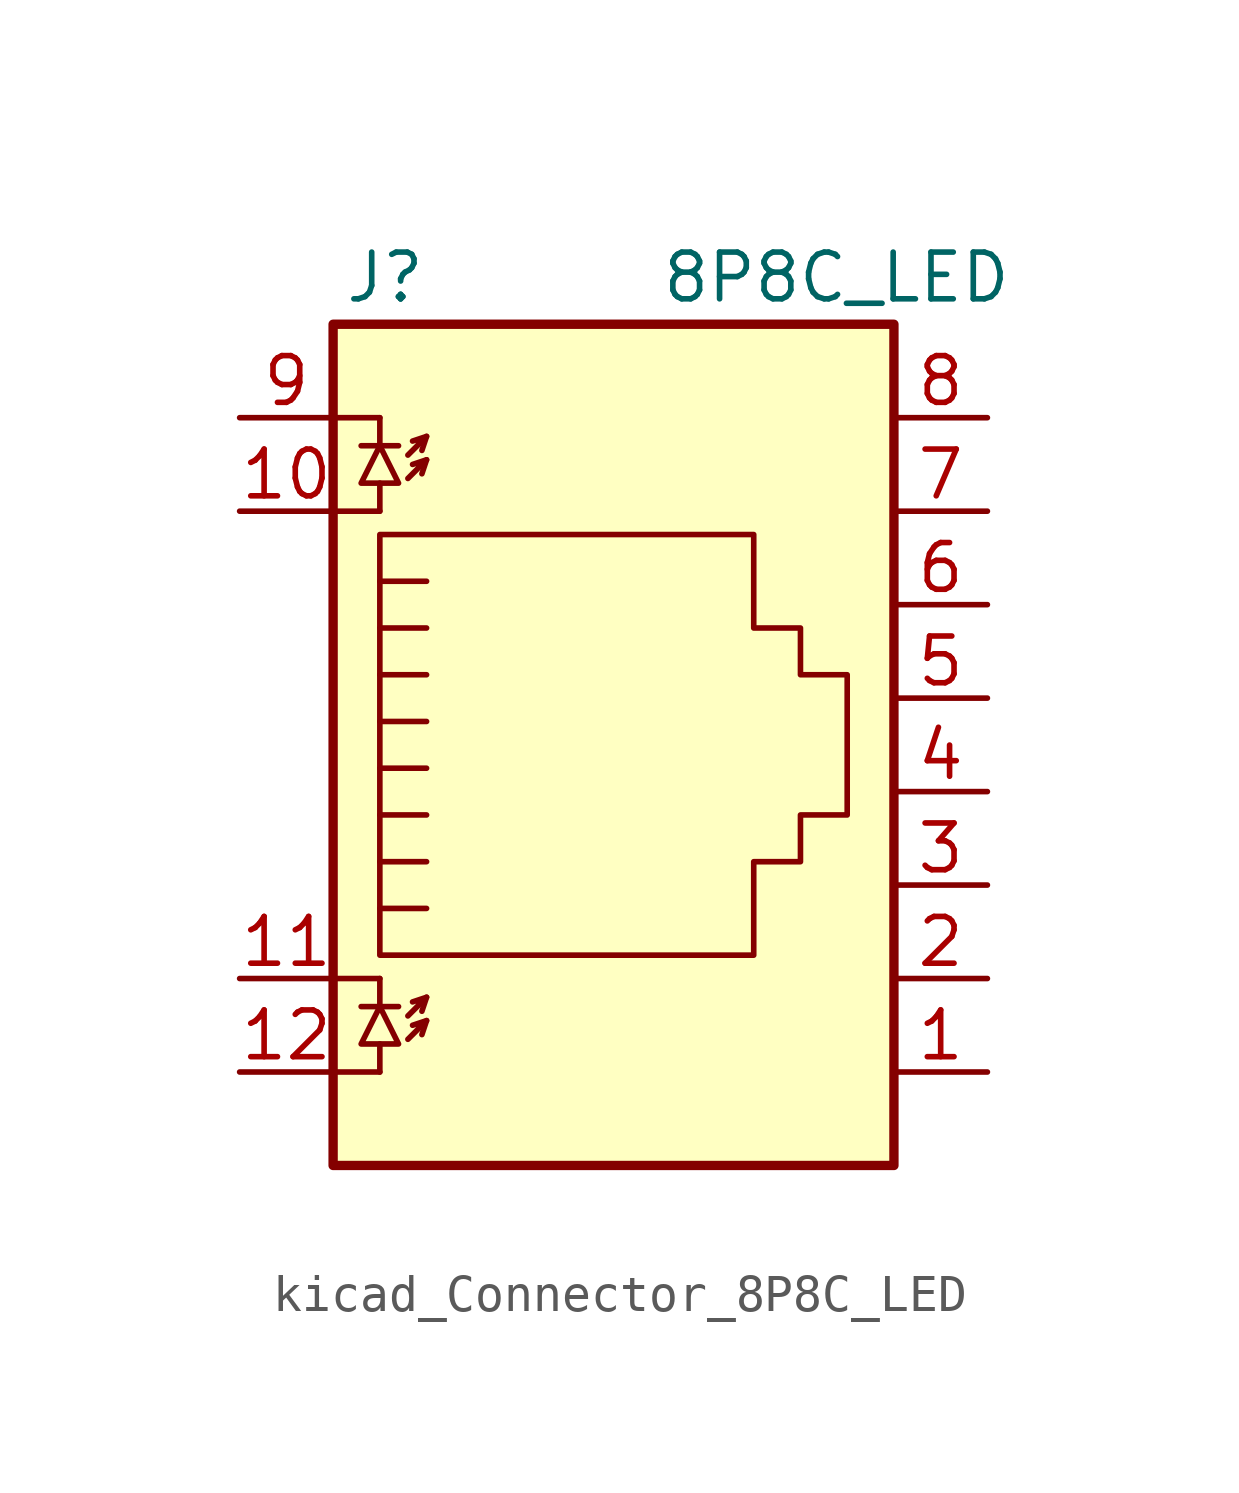
<source format=kicad_sym>
(kicad_symbol_lib
  (version 20220914)
  (generator kicad_symbol_editor)
  (symbol "kicad_Connector_8P8C_LED"
    (pin_names
      (offset 1.016))
    (property "Reference" "J"
      (at -5.08 13.97 0)
      (effects (font (size 1.27 1.27)) (justify right)))
    (property "Value" "8P8C_LED"
      (at 1.27 13.97 0)
      (effects (font (size 1.27 1.27)) (justify left)))
    (symbol "kicad_Connector_8P8C_LED_0_1"
      (polyline (pts (xy -7.62 -7.62) (xy -6.35 -7.62)) (stroke (width 0) (type default)) (fill (type none)))
      (polyline (pts (xy -7.62 -5.08) (xy -6.35 -5.08)) (stroke (width 0) (type default)) (fill (type none)))
      (polyline (pts (xy -7.62 7.62) (xy -6.35 7.62)) (stroke (width 0) (type default)) (fill (type none)))
      (polyline (pts (xy -7.62 10.16) (xy -6.35 10.16)) (stroke (width 0) (type default)) (fill (type none)))
      (polyline (pts (xy -6.858 -5.842) (xy -5.842 -5.842)) (stroke (width 0) (type default)) (fill (type none)))
      (polyline (pts (xy -6.858 9.398) (xy -5.842 9.398)) (stroke (width 0) (type default)) (fill (type none)))
      (polyline (pts (xy -6.35 -7.62) (xy -6.35 -6.858)) (stroke (width 0) (type default)) (fill (type none)))
      (polyline (pts (xy -6.35 -5.08) (xy -6.35 -5.842)) (stroke (width 0) (type default)) (fill (type none)))
      (polyline (pts (xy -6.35 7.62) (xy -6.35 8.382)) (stroke (width 0) (type default)) (fill (type none)))
      (polyline (pts (xy -6.35 10.16) (xy -6.35 9.398)) (stroke (width 0) (type default)) (fill (type none)))
      (polyline (pts (xy -5.08 -6.223) (xy -5.207 -6.604)) (stroke (width 0) (type default)) (fill (type none)))
      (polyline (pts (xy -5.08 -5.588) (xy -5.207 -5.969)) (stroke (width 0) (type default)) (fill (type none)))
      (polyline (pts (xy -5.08 4.445) (xy -6.35 4.445)) (stroke (width 0) (type default)) (fill (type none)))
      (polyline (pts (xy -5.08 5.715) (xy -6.35 5.715)) (stroke (width 0) (type default)) (fill (type none)))
      (polyline (pts (xy -5.08 9.017) (xy -5.207 8.636)) (stroke (width 0) (type default)) (fill (type none)))
      (polyline (pts (xy -5.08 9.652) (xy -5.207 9.271)) (stroke (width 0) (type default)) (fill (type none)))
      (polyline (pts (xy -6.35 -3.175) (xy -5.08 -3.175) (xy -5.08 -3.175)) (stroke (width 0) (type default)) (fill (type none)))
      (polyline (pts (xy -6.35 -1.905) (xy -5.08 -1.905) (xy -5.08 -1.905)) (stroke (width 0) (type default)) (fill (type none)))
      (polyline (pts (xy -6.35 -0.635) (xy -5.08 -0.635) (xy -5.08 -0.635)) (stroke (width 0) (type default)) (fill (type none)))
      (polyline (pts (xy -6.35 0.635) (xy -5.08 0.635) (xy -5.08 0.635)) (stroke (width 0) (type default)) (fill (type none)))
      (polyline (pts (xy -6.35 1.905) (xy -5.08 1.905) (xy -5.08 1.905)) (stroke (width 0) (type default)) (fill (type none)))
      (polyline (pts (xy -5.588 -6.731) (xy -5.08 -6.223) (xy -5.461 -6.35)) (stroke (width 0) (type default)) (fill (type none)))
      (polyline (pts (xy -5.588 -6.096) (xy -5.08 -5.588) (xy -5.461 -5.715)) (stroke (width 0) (type default)) (fill (type none)))
      (polyline (pts (xy -5.588 8.509) (xy -5.08 9.017) (xy -5.461 8.89)) (stroke (width 0) (type default)) (fill (type none)))
      (polyline (pts (xy -5.588 9.144) (xy -5.08 9.652) (xy -5.461 9.525)) (stroke (width 0) (type default)) (fill (type none)))
      (polyline (pts (xy -5.08 3.175) (xy -6.35 3.175) (xy -6.35 3.175)) (stroke (width 0) (type default)) (fill (type none)))
      (polyline (pts (xy -6.35 -5.842) (xy -6.858 -6.858) (xy -5.842 -6.858) (xy -6.35 -5.842)) (stroke (width 0) (type default)) (fill (type none)))
      (polyline (pts (xy -6.35 9.398) (xy -6.858 8.382) (xy -5.842 8.382) (xy -6.35 9.398)) (stroke (width 0) (type default)) (fill (type none)))
      (polyline (pts (xy -6.35 -4.445) (xy -6.35 6.985) (xy 3.81 6.985) (xy 3.81 4.445) (xy 5.08 4.445) (xy 5.08 3.175) (xy 6.35 3.175) (xy 6.35 -0.635) (xy 5.08 -0.635) (xy 5.08 -1.905) (xy 3.81 -1.905) (xy 3.81 -4.445) (xy -6.35 -4.445) (xy -6.35 -4.445)) (stroke (width 0) (type default)) (fill (type none)))
      (rectangle (start 7.62 12.7) (end -7.62 -10.16) (stroke (width 0.254) (type default)) (fill (type background))))
    (symbol "kicad_Connector_8P8C_LED_1_1"
      (pin passive line (at 10.16 -7.62 180) (length 2.54) (name "~" (effects (font (size 1.27 1.27)))) (number "1" (effects (font (size 1.27 1.27)))))
      (pin passive line (at -10.16 7.62 0) (length 2.54) (name "~" (effects (font (size 1.27 1.27)))) (number "10" (effects (font (size 1.27 1.27)))))
      (pin passive line (at -10.16 -5.08 0) (length 2.54) (name "~" (effects (font (size 1.27 1.27)))) (number "11" (effects (font (size 1.27 1.27)))))
      (pin passive line (at -10.16 -7.62 0) (length 2.54) (name "~" (effects (font (size 1.27 1.27)))) (number "12" (effects (font (size 1.27 1.27)))))
      (pin passive line (at 10.16 -5.08 180) (length 2.54) (name "~" (effects (font (size 1.27 1.27)))) (number "2" (effects (font (size 1.27 1.27)))))
      (pin passive line (at 10.16 -2.54 180) (length 2.54) (name "~" (effects (font (size 1.27 1.27)))) (number "3" (effects (font (size 1.27 1.27)))))
      (pin passive line (at 10.16 0 180) (length 2.54) (name "~" (effects (font (size 1.27 1.27)))) (number "4" (effects (font (size 1.27 1.27)))))
      (pin passive line (at 10.16 2.54 180) (length 2.54) (name "~" (effects (font (size 1.27 1.27)))) (number "5" (effects (font (size 1.27 1.27)))))
      (pin passive line (at 10.16 5.08 180) (length 2.54) (name "~" (effects (font (size 1.27 1.27)))) (number "6" (effects (font (size 1.27 1.27)))))
      (pin passive line (at 10.16 7.62 180) (length 2.54) (name "~" (effects (font (size 1.27 1.27)))) (number "7" (effects (font (size 1.27 1.27)))))
      (pin passive line (at 10.16 10.16 180) (length 2.54) (name "~" (effects (font (size 1.27 1.27)))) (number "8" (effects (font (size 1.27 1.27)))))
      (pin passive line (at -10.16 10.16 0) (length 2.54) (name "~" (effects (font (size 1.27 1.27)))) (number "9" (effects (font (size 1.27 1.27))))))))
</source>
